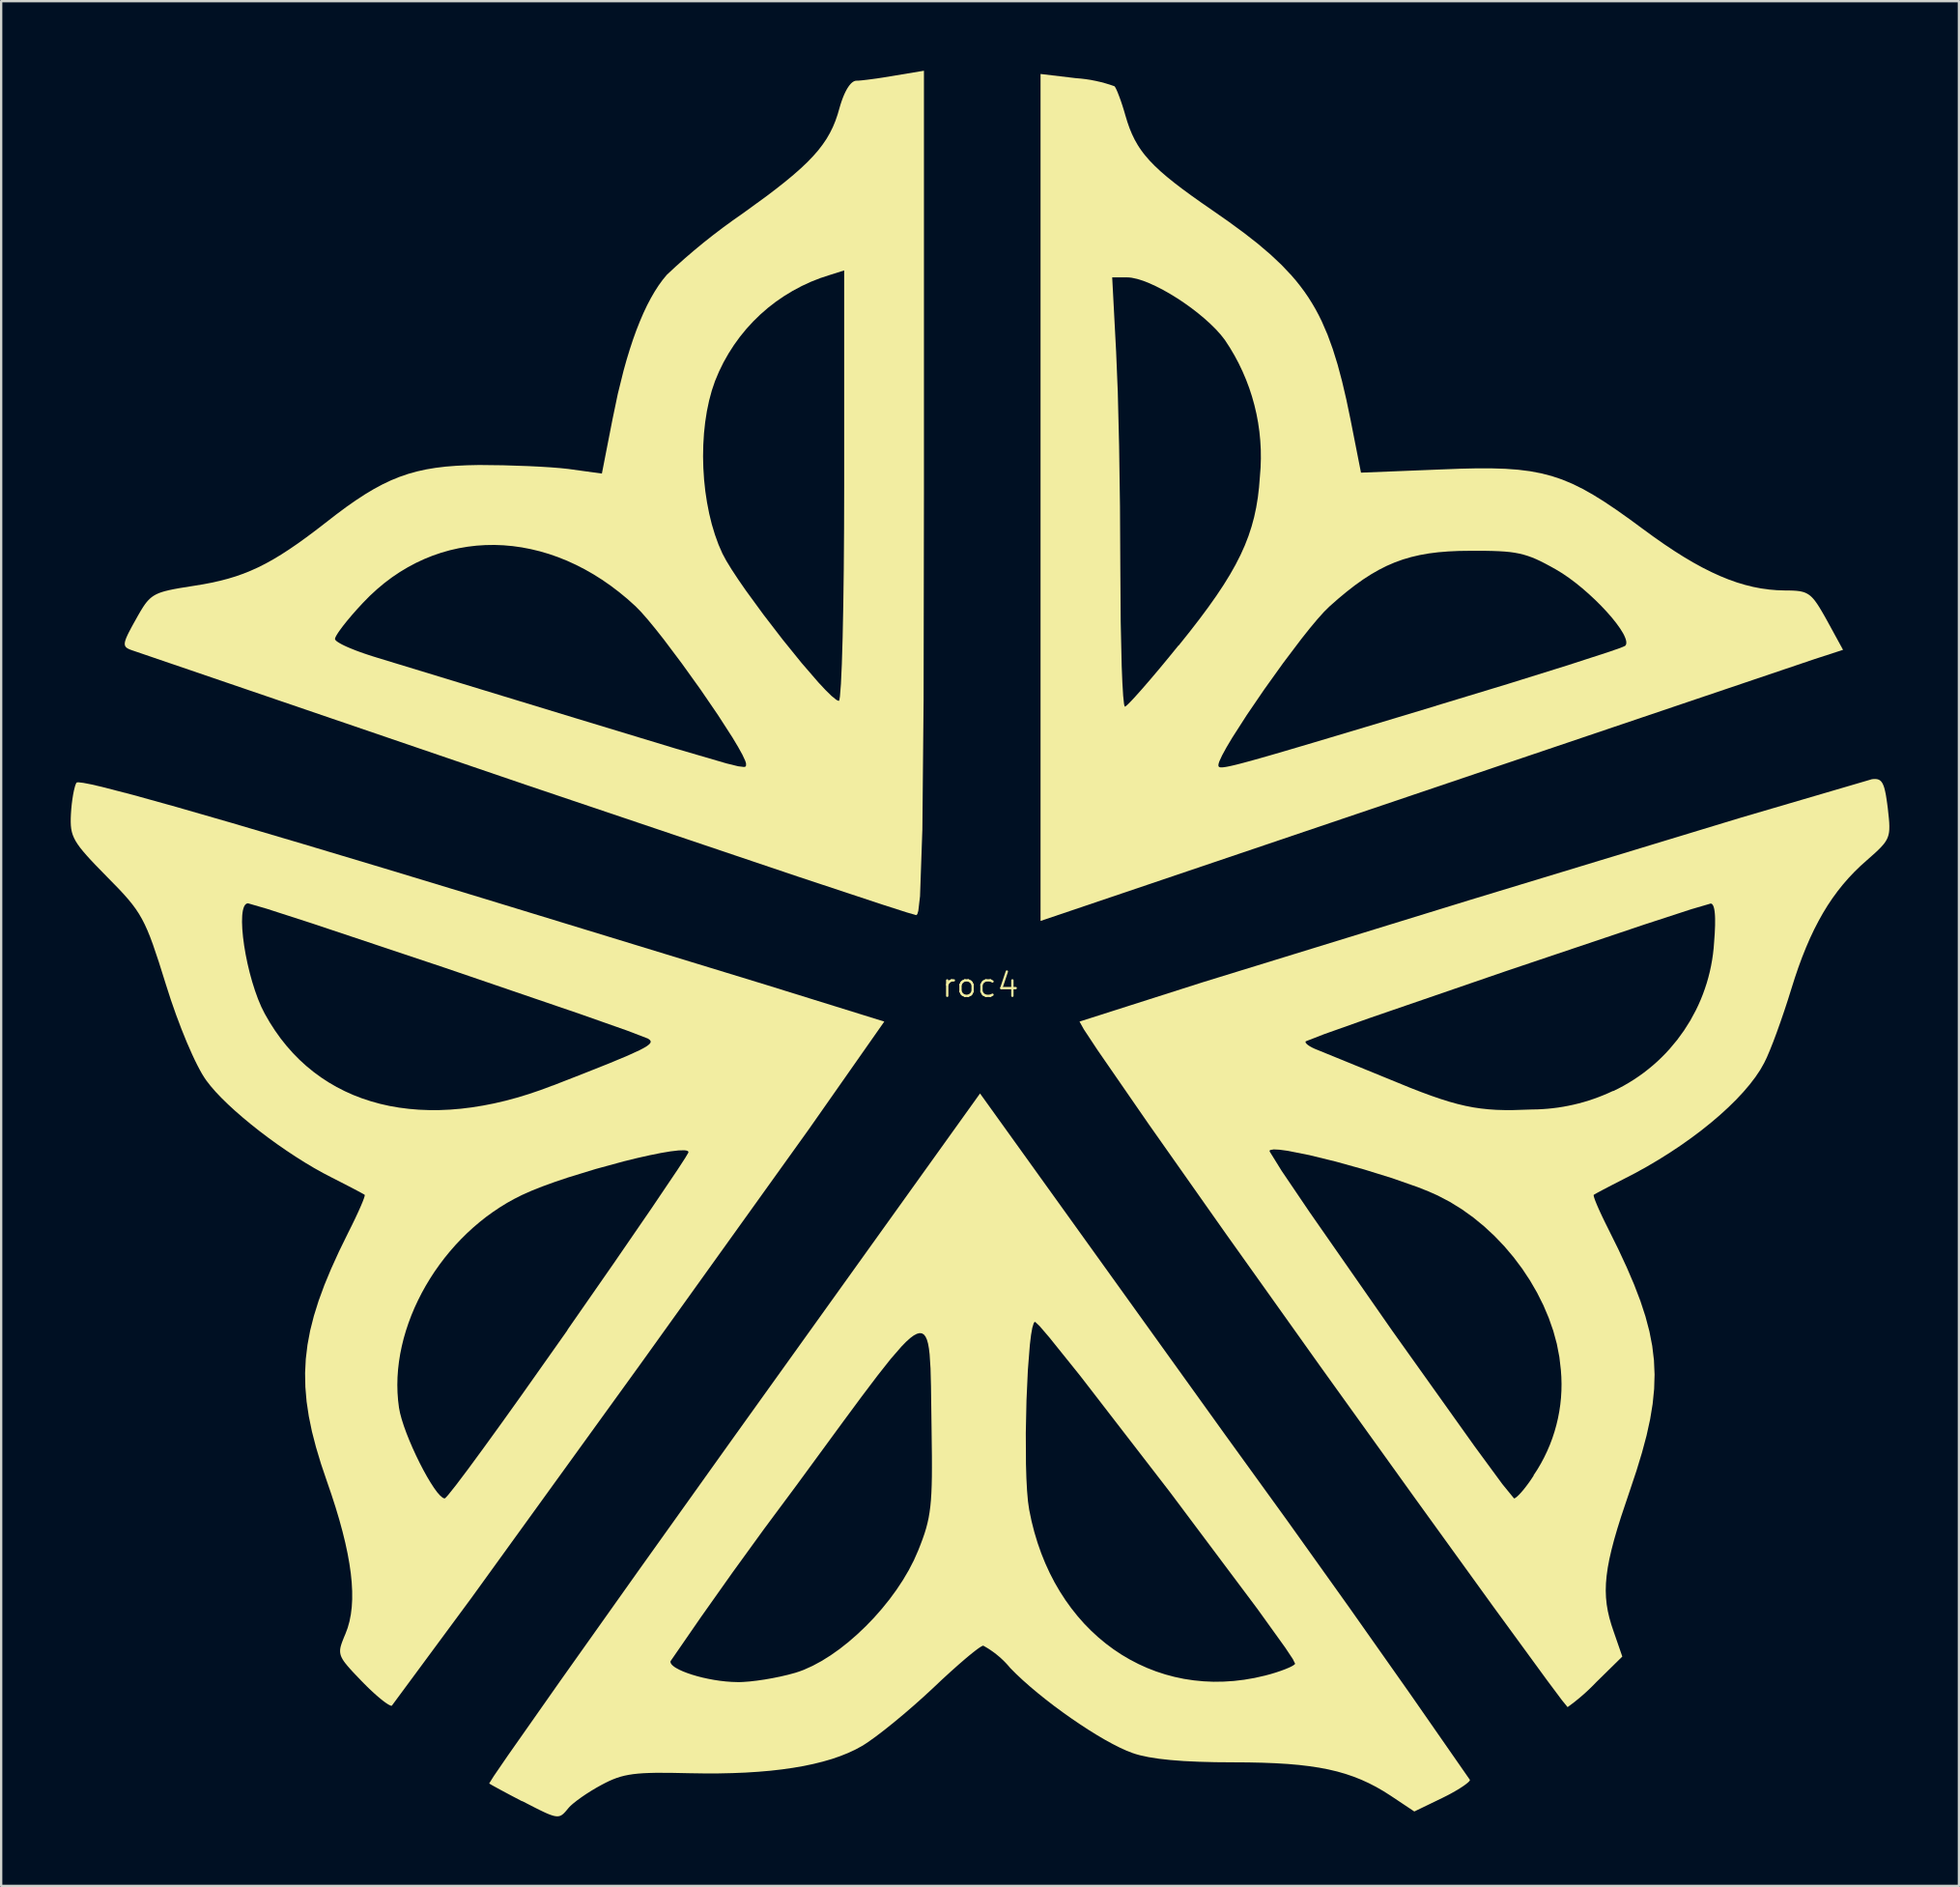
<source format=kicad_pcb>
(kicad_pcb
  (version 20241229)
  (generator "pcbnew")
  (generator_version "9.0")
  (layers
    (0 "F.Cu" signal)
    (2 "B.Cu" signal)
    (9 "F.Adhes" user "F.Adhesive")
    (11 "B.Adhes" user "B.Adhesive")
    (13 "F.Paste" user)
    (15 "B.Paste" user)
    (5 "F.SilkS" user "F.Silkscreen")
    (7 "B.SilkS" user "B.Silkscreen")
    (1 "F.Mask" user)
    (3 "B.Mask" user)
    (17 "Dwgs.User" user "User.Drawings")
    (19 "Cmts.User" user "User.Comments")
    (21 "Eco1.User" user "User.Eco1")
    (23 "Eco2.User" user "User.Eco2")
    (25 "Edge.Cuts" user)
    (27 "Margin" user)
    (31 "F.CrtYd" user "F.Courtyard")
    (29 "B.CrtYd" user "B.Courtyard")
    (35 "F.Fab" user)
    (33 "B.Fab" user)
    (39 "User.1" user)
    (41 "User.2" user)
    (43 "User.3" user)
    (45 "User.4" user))
  (footprint "roc4"
    (layer "F.Cu")
    (at 39.231 39.931)
    (property "Reference" "roc4" (at 0 -0.5 0) (layer "F.SilkS") (effects (font (size 1 1) (thickness 0.1))))
    (attr exclude_from_pos_files exclude_from_bom)
    (fp_poly (pts (xy 4.116 -39.611) (xy 4.33 -39.593) (xy 4.542 -39.568) (xy 4.754 -39.536) (xy 4.964 -39.495) (xy 5.172 -39.448) (xy 5.379 -39.393) (xy 5.584 -39.331) (xy 5.786 -39.261) (xy 5.805 -39.237) (xy 5.825 -39.203) (xy 5.849 -39.159) (xy 5.874 -39.106) (xy 5.901 -39.045) (xy 5.93 -38.976) (xy 5.991 -38.818) (xy 6.057 -38.637) (xy 6.124 -38.437) (xy 6.191 -38.223) (xy 6.256 -38.001) (xy 6.342 -37.718) (xy 6.435 -37.452) (xy 6.539 -37.2) (xy 6.655 -36.96) (xy 6.787 -36.728) (xy 6.86 -36.614) (xy 6.937 -36.502) (xy 7.02 -36.39) (xy 7.108 -36.278) (xy 7.301 -36.055) (xy 7.521 -35.828) (xy 7.769 -35.596) (xy 8.048 -35.355) (xy 8.36 -35.103) (xy 8.709 -34.836) (xy 9.096 -34.552) (xy 9.524 -34.248) (xy 9.996 -33.921) (xy 10.722 -33.414) (xy 11.379 -32.932) (xy 11.973 -32.467) (xy 12.507 -32.012) (xy 12.987 -31.561) (xy 13.416 -31.107) (xy 13.614 -30.877) (xy 13.8 -30.643) (xy 13.977 -30.405) (xy 14.144 -30.162) (xy 14.301 -29.913) (xy 14.451 -29.657) (xy 14.592 -29.394) (xy 14.726 -29.122) (xy 14.974 -28.549) (xy 15.199 -27.932) (xy 15.407 -27.263) (xy 15.601 -26.536) (xy 15.786 -25.745) (xy 15.966 -24.881) (xy 16.416 -22.601) (xy 19.916 -22.741) (xy 20.699 -22.771) (xy 21.41 -22.787) (xy 22.057 -22.786) (xy 22.65 -22.767) (xy 23.197 -22.727) (xy 23.706 -22.663) (xy 24.185 -22.572) (xy 24.644 -22.454) (xy 25.09 -22.304) (xy 25.532 -22.12) (xy 25.979 -21.9) (xy 26.438 -21.641) (xy 26.919 -21.342) (xy 27.43 -20.999) (xy 27.98 -20.609) (xy 28.576 -20.171) (xy 29.042 -19.832) (xy 29.49 -19.518) (xy 29.923 -19.229) (xy 30.342 -18.965) (xy 30.748 -18.725) (xy 31.142 -18.509) (xy 31.526 -18.316) (xy 31.9 -18.145) (xy 32.266 -17.996) (xy 32.625 -17.868) (xy 32.978 -17.762) (xy 33.328 -17.675) (xy 33.674 -17.608) (xy 34.018 -17.561) (xy 34.362 -17.532) (xy 34.706 -17.521) (xy 34.888 -17.52) (xy 35.051 -17.515) (xy 35.197 -17.506) (xy 35.327 -17.49) (xy 35.388 -17.479) (xy 35.445 -17.466) (xy 35.499 -17.451) (xy 35.551 -17.433) (xy 35.601 -17.412) (xy 35.649 -17.388) (xy 35.696 -17.361) (xy 35.741 -17.331) (xy 35.785 -17.298) (xy 35.828 -17.26) (xy 35.871 -17.219) (xy 35.913 -17.174) (xy 35.956 -17.124) (xy 35.999 -17.07) (xy 36.087 -16.947) (xy 36.179 -16.805) (xy 36.278 -16.641) (xy 36.387 -16.453) (xy 36.506 -16.241) (xy 37.206 -14.961) (xy 35.976 -14.561) (xy 18.676 -8.711) (xy 2.596 -3.271) (xy 2.596 -9.991) (xy 10.266 -9.991) (xy 10.267 -9.979) (xy 10.267 -9.968) (xy 10.269 -9.957) (xy 10.272 -9.947) (xy 10.275 -9.938) (xy 10.28 -9.929) (xy 10.287 -9.921) (xy 10.296 -9.914) (xy 10.306 -9.908) (xy 10.319 -9.903) (xy 10.334 -9.898) (xy 10.351 -9.895) (xy 10.372 -9.893) (xy 10.395 -9.893) (xy 10.421 -9.893) (xy 10.451 -9.895) (xy 10.484 -9.898) (xy 10.521 -9.903) (xy 10.562 -9.908) (xy 10.608 -9.916) (xy 10.657 -9.925) (xy 10.711 -9.936) (xy 10.77 -9.948) (xy 10.833 -9.962) (xy 10.902 -9.978) (xy 10.976 -9.995) (xy 11.141 -10.036) (xy 11.329 -10.085) (xy 11.543 -10.143) (xy 11.783 -10.209) (xy 12.051 -10.284) (xy 12.35 -10.369) (xy 12.68 -10.464) (xy 13.043 -10.57) (xy 13.44 -10.687) (xy 13.874 -10.815) (xy 14.346 -10.955) (xy 15.408 -11.272) (xy 16.641 -11.641) (xy 18.056 -12.066) (xy 19.666 -12.551) (xy 19.656 -12.551) (xy 22.758 -13.493) (xy 25.329 -14.295) (xy 27.101 -14.87) (xy 27.603 -15.045) (xy 27.806 -15.131) (xy 27.837 -15.17) (xy 27.855 -15.218) (xy 27.86 -15.276) (xy 27.853 -15.342) (xy 27.835 -15.416) (xy 27.805 -15.497) (xy 27.766 -15.586) (xy 27.716 -15.681) (xy 27.588 -15.887) (xy 27.426 -16.112) (xy 27.234 -16.352) (xy 27.016 -16.601) (xy 26.776 -16.856) (xy 26.518 -17.113) (xy 26.246 -17.366) (xy 25.964 -17.612) (xy 25.676 -17.846) (xy 25.386 -18.063) (xy 25.098 -18.26) (xy 24.816 -18.431) (xy 24.581 -18.562) (xy 24.364 -18.678) (xy 24.162 -18.781) (xy 23.971 -18.87) (xy 23.786 -18.947) (xy 23.605 -19.012) (xy 23.423 -19.067) (xy 23.236 -19.112) (xy 23.041 -19.149) (xy 22.833 -19.178) (xy 22.61 -19.199) (xy 22.366 -19.214) (xy 22.099 -19.224) (xy 21.804 -19.23) (xy 21.116 -19.231) (xy 20.636 -19.225) (xy 20.182 -19.204) (xy 19.753 -19.169) (xy 19.345 -19.118) (xy 18.956 -19.049) (xy 18.582 -18.962) (xy 18.22 -18.856) (xy 17.869 -18.729) (xy 17.524 -18.58) (xy 17.183 -18.408) (xy 16.843 -18.212) (xy 16.501 -17.991) (xy 16.154 -17.743) (xy 15.8 -17.468) (xy 15.435 -17.165) (xy 15.056 -16.831) (xy 14.821 -16.599) (xy 14.535 -16.28) (xy 14.206 -15.886) (xy 13.844 -15.431) (xy 13.057 -14.389) (xy 12.249 -13.261) (xy 11.492 -12.152) (xy 10.86 -11.167) (xy 10.614 -10.754) (xy 10.427 -10.412) (xy 10.308 -10.153) (xy 10.277 -10.059) (xy 10.266 -9.991) (xy 2.596 -9.991) (xy 2.596 -31.021) (xy 5.686 -31.021) (xy 5.856 -27.801) (xy 5.927 -26.076) (xy 5.984 -23.756) (xy 6.022 -21.144) (xy 6.036 -18.541) (xy 6.052 -16.197) (xy 6.095 -14.277) (xy 6.125 -13.539) (xy 6.159 -12.982) (xy 6.196 -12.631) (xy 6.216 -12.541) (xy 6.236 -12.511) (xy 6.249 -12.516) (xy 6.266 -12.527) (xy 6.317 -12.569) (xy 6.387 -12.635) (xy 6.476 -12.725) (xy 6.583 -12.838) (xy 6.705 -12.971) (xy 6.994 -13.295) (xy 7.332 -13.686) (xy 7.71 -14.133) (xy 8.118 -14.625) (xy 8.546 -15.151) (xy 8.556 -15.151) (xy 9.022 -15.734) (xy 9.447 -16.283) (xy 9.831 -16.8) (xy 10.178 -17.29) (xy 10.488 -17.756) (xy 10.764 -18.203) (xy 11.008 -18.635) (xy 11.221 -19.054) (xy 11.406 -19.465) (xy 11.564 -19.871) (xy 11.697 -20.277) (xy 11.808 -20.686) (xy 11.897 -21.102) (xy 11.967 -21.529) (xy 12.019 -21.971) (xy 12.056 -22.431) (xy 12.086 -22.821) (xy 12.098 -23.211) (xy 12.094 -23.599) (xy 12.072 -23.986) (xy 12.034 -24.371) (xy 11.979 -24.754) (xy 11.908 -25.133) (xy 11.82 -25.509) (xy 11.716 -25.881) (xy 11.596 -26.248) (xy 11.46 -26.609) (xy 11.308 -26.965) (xy 11.141 -27.315) (xy 10.958 -27.658) (xy 10.76 -27.993) (xy 10.546 -28.321) (xy 10.367 -28.549) (xy 10.157 -28.782) (xy 9.92 -29.016) (xy 9.662 -29.249) (xy 9.385 -29.479) (xy 9.095 -29.703) (xy 8.795 -29.917) (xy 8.489 -30.121) (xy 8.181 -30.31) (xy 7.876 -30.483) (xy 7.577 -30.636) (xy 7.289 -30.768) (xy 7.016 -30.875) (xy 6.762 -30.954) (xy 6.531 -31.004) (xy 6.425 -31.017) (xy 6.326 -31.021) (xy 5.686 -31.021) (xy 2.596 -31.021) (xy 2.596 -39.791)) (stroke (width -0.000001) (type solid)) (fill yes) (layer "F.SilkS"))
    (fp_poly (pts (xy -2.433 -21.721) (xy -2.448 -12.801) (xy -2.501 -7.218) (xy -2.602 -4.336) (xy -2.675 -3.71) (xy -2.717 -3.566) (xy -2.763 -3.521) (xy -3.167 -3.637) (xy -4.196 -3.967) (xy -7.853 -5.178) (xy -19.633 -9.151) (xy -19.633 -9.151) (xy -36.613 -14.951) (xy -36.651 -14.965) (xy -36.686 -14.979) (xy -36.719 -14.993) (xy -36.749 -15.008) (xy -36.777 -15.023) (xy -36.802 -15.039) (xy -36.824 -15.055) (xy -36.843 -15.073) (xy -36.86 -15.092) (xy -36.874 -15.112) (xy -36.885 -15.134) (xy -36.893 -15.158) (xy -36.898 -15.184) (xy -36.901 -15.211) (xy -36.9 -15.241) (xy -36.897 -15.274) (xy -36.89 -15.309) (xy -36.881 -15.347) (xy -36.868 -15.388) (xy -36.853 -15.431) (xy -27.833 -15.431) (xy -27.831 -15.417) (xy -27.824 -15.401) (xy -27.812 -15.384) (xy -27.797 -15.366) (xy -27.777 -15.347) (xy -27.753 -15.327) (xy -27.693 -15.285) (xy -27.617 -15.24) (xy -27.528 -15.191) (xy -27.425 -15.14) (xy -27.309 -15.087) (xy -27.182 -15.033) (xy -27.044 -14.977) (xy -26.897 -14.919) (xy -26.74 -14.862) (xy -26.576 -14.804) (xy -26.404 -14.746) (xy -26.226 -14.688) (xy -26.043 -14.631) (xy -17.383 -11.991) (xy -13.111 -10.695) (xy -10.957 -10.066) (xy -10.448 -9.941) (xy -10.196 -9.91) (xy -10.138 -9.922) (xy -10.111 -9.948) (xy -10.103 -10.031) (xy -10.114 -10.096) (xy -10.145 -10.187) (xy -10.262 -10.439) (xy -10.448 -10.774) (xy -10.691 -11.18) (xy -11.317 -12.151) (xy -12.068 -13.249) (xy -12.872 -14.37) (xy -13.655 -15.412) (xy -14.017 -15.87) (xy -14.347 -16.27) (xy -14.635 -16.598) (xy -14.873 -16.841) (xy -15.224 -17.157) (xy -15.582 -17.452) (xy -15.945 -17.727) (xy -16.314 -17.983) (xy -16.687 -18.218) (xy -17.064 -18.433) (xy -17.446 -18.628) (xy -17.83 -18.804) (xy -18.217 -18.959) (xy -18.606 -19.094) (xy -18.997 -19.209) (xy -19.389 -19.304) (xy -19.781 -19.379) (xy -20.173 -19.434) (xy -20.565 -19.469) (xy -20.956 -19.484) (xy -21.345 -19.478) (xy -21.732 -19.453) (xy -22.116 -19.407) (xy -22.497 -19.342) (xy -22.875 -19.256) (xy -23.248 -19.15) (xy -23.617 -19.024) (xy -23.98 -18.877) (xy -24.337 -18.711) (xy -24.689 -18.524) (xy -25.033 -18.318) (xy -25.37 -18.091) (xy -25.699 -17.844) (xy -26.019 -17.576) (xy -26.331 -17.289) (xy -26.633 -16.981) (xy -26.874 -16.72) (xy -27.099 -16.465) (xy -27.303 -16.223) (xy -27.481 -16) (xy -27.627 -15.803) (xy -27.688 -15.716) (xy -27.738 -15.638) (xy -27.779 -15.57) (xy -27.809 -15.512) (xy -27.827 -15.466) (xy -27.833 -15.431) (xy -36.853 -15.431) (xy -36.853 -15.432) (xy -36.835 -15.479) (xy -36.813 -15.53) (xy -36.788 -15.585) (xy -36.761 -15.643) (xy -36.73 -15.706) (xy -36.695 -15.772) (xy -36.618 -15.919) (xy -36.527 -16.085) (xy -36.423 -16.271) (xy -36.311 -16.471) (xy -36.209 -16.646) (xy -36.113 -16.801) (xy -36.067 -16.87) (xy -36.021 -16.935) (xy -35.975 -16.996) (xy -35.928 -17.052) (xy -35.881 -17.104) (xy -35.832 -17.153) (xy -35.782 -17.198) (xy -35.729 -17.24) (xy -35.674 -17.279) (xy -35.615 -17.315) (xy -35.554 -17.349) (xy -35.488 -17.38) (xy -35.418 -17.41) (xy -35.343 -17.437) (xy -35.263 -17.463) (xy -35.178 -17.488) (xy -34.989 -17.535) (xy -34.772 -17.58) (xy -34.524 -17.625) (xy -33.923 -17.721) (xy -33.525 -17.786) (xy -33.149 -17.858) (xy -32.789 -17.939) (xy -32.444 -18.029) (xy -32.109 -18.131) (xy -31.783 -18.246) (xy -31.461 -18.376) (xy -31.14 -18.521) (xy -30.818 -18.684) (xy -30.492 -18.865) (xy -30.157 -19.067) (xy -29.811 -19.291) (xy -29.451 -19.537) (xy -29.073 -19.809) (xy -28.675 -20.106) (xy -28.253 -20.431) (xy -27.793 -20.788) (xy -27.358 -21.112) (xy -26.944 -21.402) (xy -26.548 -21.661) (xy -26.164 -21.891) (xy -25.789 -22.093) (xy -25.419 -22.269) (xy -25.049 -22.42) (xy -24.676 -22.548) (xy -24.295 -22.654) (xy -23.902 -22.741) (xy -23.493 -22.809) (xy -23.064 -22.861) (xy -22.61 -22.897) (xy -22.128 -22.92) (xy -21.613 -22.931) (xy -20.579 -22.919) (xy -19.509 -22.884) (xy -19.001 -22.859) (xy -18.532 -22.83) (xy -18.117 -22.797) (xy -17.773 -22.761) (xy -16.323 -22.561) (xy -16.178 -23.303) (xy -11.959 -23.303) (xy -11.947 -22.801) (xy -11.915 -22.3) (xy -11.862 -21.803) (xy -11.788 -21.314) (xy -11.695 -20.836) (xy -11.582 -20.374) (xy -11.448 -19.93) (xy -11.296 -19.508) (xy -11.123 -19.111) (xy -10.958 -18.804) (xy -10.728 -18.428) (xy -10.442 -17.994) (xy -10.111 -17.516) (xy -9.35 -16.474) (xy -8.523 -15.4) (xy -7.708 -14.393) (xy -6.981 -13.552) (xy -6.675 -13.225) (xy -6.42 -12.975) (xy -6.226 -12.817) (xy -6.155 -12.775) (xy -6.103 -12.761) (xy -6.091 -12.773) (xy -6.079 -12.809) (xy -6.056 -12.951) (xy -6.013 -13.494) (xy -5.974 -14.353) (xy -5.94 -15.489) (xy -5.912 -16.864) (xy -5.891 -18.44) (xy -5.878 -20.178) (xy -5.873 -22.041) (xy -5.873 -31.321) (xy -6.473 -31.131) (xy -6.895 -30.993) (xy -7.306 -30.832) (xy -7.704 -30.648) (xy -8.09 -30.442) (xy -8.462 -30.216) (xy -8.821 -29.97) (xy -9.164 -29.704) (xy -9.491 -29.419) (xy -9.801 -29.116) (xy -10.094 -28.796) (xy -10.369 -28.459) (xy -10.625 -28.106) (xy -10.861 -27.738) (xy -11.077 -27.356) (xy -11.271 -26.96) (xy -11.443 -26.551) (xy -11.582 -26.141) (xy -11.699 -25.706) (xy -11.794 -25.252) (xy -11.867 -24.781) (xy -11.919 -24.297) (xy -11.949 -23.803) (xy -11.959 -23.303) (xy -16.178 -23.303) (xy -15.863 -24.911) (xy -15.636 -25.998) (xy -15.388 -26.999) (xy -15.257 -27.468) (xy -15.121 -27.914) (xy -14.981 -28.339) (xy -14.836 -28.741) (xy -14.686 -29.121) (xy -14.533 -29.478) (xy -14.375 -29.812) (xy -14.212 -30.123) (xy -14.046 -30.41) (xy -13.876 -30.674) (xy -13.701 -30.915) (xy -13.523 -31.131) (xy -13.137 -31.49) (xy -12.743 -31.842) (xy -12.343 -32.185) (xy -11.936 -32.521) (xy -11.522 -32.848) (xy -11.102 -33.167) (xy -10.676 -33.478) (xy -10.243 -33.781) (xy -9.234 -34.514) (xy -8.799 -34.845) (xy -8.406 -35.156) (xy -8.054 -35.448) (xy -7.738 -35.727) (xy -7.458 -35.993) (xy -7.21 -36.251) (xy -6.991 -36.502) (xy -6.8 -36.751) (xy -6.632 -36.998) (xy -6.487 -37.249) (xy -6.361 -37.504) (xy -6.252 -37.768) (xy -6.157 -38.042) (xy -6.073 -38.331) (xy -6.035 -38.461) (xy -5.995 -38.585) (xy -5.954 -38.702) (xy -5.912 -38.812) (xy -5.868 -38.915) (xy -5.824 -39.01) (xy -5.778 -39.098) (xy -5.732 -39.178) (xy -5.685 -39.25) (xy -5.638 -39.313) (xy -5.591 -39.368) (xy -5.543 -39.414) (xy -5.496 -39.45) (xy -5.448 -39.477) (xy -5.401 -39.494) (xy -5.377 -39.499) (xy -5.353 -39.501) (xy -5.247 -39.505) (xy -5.098 -39.518) (xy -4.913 -39.539) (xy -4.7 -39.566) (xy -4.464 -39.598) (xy -4.213 -39.636) (xy -3.954 -39.677) (xy -3.693 -39.721) (xy -2.433 -39.931)) (stroke (width -0.000001) (type solid)) (fill yes) (layer "F.SilkS"))
    (fp_poly (pts (xy -38.689 -9.225) (xy -38.352 -9.16) (xy -37.885 -9.052) (xy -36.558 -8.709) (xy -34.689 -8.19) (xy -32.264 -7.491) (xy -29.267 -6.606) (xy -25.682 -5.531) (xy -21.493 -4.261) (xy -9.256 -0.52) (xy -4.143 1.068) (xy -7.399 5.713) (xy -14.654 15.829) (xy -21.965 25.94) (xy -25.383 30.568) (xy -25.396 30.569) (xy -25.411 30.568) (xy -25.429 30.564) (xy -25.449 30.556) (xy -25.496 30.534) (xy -25.552 30.502) (xy -25.617 30.46) (xy -25.689 30.409) (xy -25.768 30.35) (xy -25.853 30.282) (xy -25.944 30.206) (xy -26.04 30.124) (xy -26.14 30.035) (xy -26.244 29.939) (xy -26.351 29.839) (xy -26.46 29.733) (xy -26.571 29.622) (xy -26.683 29.508) (xy -26.683 29.508) (xy -27.039 29.136) (xy -27.181 28.981) (xy -27.301 28.843) (xy -27.4 28.72) (xy -27.442 28.663) (xy -27.479 28.608) (xy -27.511 28.555) (xy -27.539 28.504) (xy -27.562 28.454) (xy -27.581 28.406) (xy -27.595 28.357) (xy -27.605 28.31) (xy -27.611 28.262) (xy -27.613 28.214) (xy -27.612 28.165) (xy -27.607 28.114) (xy -27.598 28.063) (xy -27.586 28.009) (xy -27.552 27.895) (xy -27.506 27.768) (xy -27.45 27.627) (xy -27.383 27.468) (xy -27.286 27.208) (xy -27.208 26.929) (xy -27.15 26.632) (xy -27.111 26.316) (xy -27.092 25.981) (xy -27.093 25.625) (xy -27.113 25.249) (xy -27.153 24.853) (xy -27.213 24.436) (xy -27.292 23.997) (xy -27.391 23.536) (xy -27.51 23.052) (xy -27.648 22.547) (xy -27.807 22.017) (xy -27.985 21.465) (xy -28.183 20.888) (xy -28.437 20.137) (xy -28.652 19.423) (xy -28.828 18.742) (xy -28.963 18.087) (xy -29.058 17.453) (xy -29.111 16.834) (xy -29.113 16.734) (xy -25.145 16.734) (xy -25.137 17.065) (xy -25.113 17.393) (xy -25.073 17.718) (xy -25.027 17.952) (xy -24.956 18.216) (xy -24.863 18.506) (xy -24.751 18.814) (xy -24.623 19.135) (xy -24.483 19.461) (xy -24.334 19.786) (xy -24.178 20.104) (xy -24.02 20.409) (xy -23.862 20.694) (xy -23.707 20.953) (xy -23.56 21.179) (xy -23.423 21.366) (xy -23.298 21.507) (xy -23.191 21.597) (xy -23.144 21.62) (xy -23.103 21.628) (xy -23.084 21.619) (xy -23.053 21.59) (xy -22.953 21.48) (xy -22.614 21.055) (xy -22.107 20.383) (xy -21.454 19.494) (xy -20.676 18.419) (xy -19.794 17.186) (xy -17.803 14.368) (xy -17.813 14.368) (xy -15.828 11.515) (xy -14.183 9.122) (xy -13.049 7.44) (xy -12.726 6.943) (xy -12.593 6.718) (xy -12.592 6.678) (xy -12.623 6.648) (xy -12.682 6.628) (xy -12.769 6.617) (xy -13.019 6.624) (xy -13.361 6.664) (xy -13.78 6.734) (xy -14.264 6.832) (xy -14.799 6.952) (xy -15.373 7.093) (xy -16.584 7.423) (xy -17.791 7.793) (xy -18.36 7.985) (xy -18.889 8.177) (xy -19.364 8.366) (xy -19.773 8.548) (xy -20.095 8.71) (xy -20.41 8.885) (xy -20.718 9.074) (xy -21.018 9.275) (xy -21.311 9.487) (xy -21.595 9.712) (xy -21.871 9.947) (xy -22.138 10.192) (xy -22.396 10.447) (xy -22.645 10.711) (xy -22.883 10.984) (xy -23.112 11.265) (xy -23.33 11.554) (xy -23.538 11.849) (xy -23.734 12.151) (xy -23.919 12.458) (xy -24.093 12.771) (xy -24.254 13.089) (xy -24.403 13.41) (xy -24.54 13.736) (xy -24.663 14.064) (xy -24.773 14.395) (xy -24.87 14.728) (xy -24.952 15.062) (xy -25.021 15.397) (xy -25.074 15.732) (xy -25.113 16.067) (xy -25.137 16.401) (xy -25.145 16.734) (xy -29.113 16.734) (xy -29.123 16.224) (xy -29.093 15.617) (xy -29.02 15.008) (xy -28.904 14.39) (xy -28.744 13.759) (xy -28.54 13.107) (xy -28.292 12.431) (xy -27.998 11.722) (xy -27.659 10.977) (xy -27.273 10.188) (xy -27.114 9.87) (xy -26.969 9.571) (xy -26.841 9.297) (xy -26.733 9.056) (xy -26.647 8.853) (xy -26.587 8.695) (xy -26.554 8.588) (xy -26.55 8.556) (xy -26.553 8.538) (xy -26.569 8.528) (xy -26.598 8.51) (xy -26.692 8.458) (xy -26.829 8.384) (xy -27.003 8.292) (xy -27.442 8.064) (xy -27.963 7.798) (xy -28.344 7.6) (xy -28.734 7.382) (xy -29.13 7.146) (xy -29.528 6.895) (xy -29.927 6.631) (xy -30.322 6.358) (xy -30.711 6.076) (xy -31.089 5.79) (xy -31.455 5.5) (xy -31.804 5.211) (xy -32.134 4.924) (xy -32.442 4.641) (xy -32.724 4.366) (xy -32.977 4.101) (xy -33.197 3.847) (xy -33.383 3.608) (xy -33.472 3.477) (xy -33.568 3.322) (xy -33.668 3.143) (xy -33.773 2.943) (xy -33.882 2.724) (xy -33.993 2.486) (xy -34.223 1.963) (xy -34.456 1.388) (xy -34.688 0.773) (xy -34.912 0.133) (xy -35.123 -0.521) (xy -35.428 -1.491) (xy -35.686 -2.256) (xy -35.805 -2.577) (xy -35.922 -2.864) (xy -36.04 -3.124) (xy -36.094 -3.23) (xy -31.843 -3.23) (xy -31.831 -2.921) (xy -31.8 -2.58) (xy -31.752 -2.214) (xy -31.687 -1.83) (xy -31.607 -1.437) (xy -31.512 -1.04) (xy -31.404 -0.648) (xy -31.284 -0.268) (xy -31.154 0.093) (xy -31.013 0.428) (xy -30.863 0.728) (xy -30.648 1.102) (xy -30.418 1.459) (xy -30.175 1.799) (xy -29.918 2.121) (xy -29.648 2.426) (xy -29.365 2.714) (xy -29.069 2.984) (xy -28.761 3.236) (xy -28.441 3.471) (xy -28.109 3.688) (xy -27.765 3.888) (xy -27.411 4.069) (xy -27.046 4.233) (xy -26.67 4.378) (xy -26.284 4.505) (xy -25.888 4.615) (xy -25.483 4.706) (xy -25.068 4.778) (xy -24.644 4.832) (xy -24.211 4.868) (xy -23.77 4.885) (xy -23.321 4.884) (xy -22.865 4.864) (xy -22.4 4.825) (xy -21.929 4.767) (xy -21.451 4.69) (xy -20.966 4.595) (xy -20.474 4.48) (xy -19.977 4.346) (xy -19.475 4.193) (xy -18.966 4.02) (xy -18.453 3.828) (xy -18.443 3.828) (xy -17.067 3.291) (xy -16.007 2.869) (xy -15.227 2.544) (xy -14.694 2.3) (xy -14.51 2.203) (xy -14.374 2.12) (xy -14.283 2.049) (xy -14.232 1.988) (xy -14.216 1.934) (xy -14.233 1.886) (xy -14.276 1.842) (xy -14.343 1.798) (xy -15.245 1.453) (xy -17.245 0.748) (xy -23.061 -1.24) (xy -28.827 -3.167) (xy -30.767 -3.794) (xy -31.583 -4.031) (xy -31.635 -4.022) (xy -31.681 -3.994) (xy -31.721 -3.95) (xy -31.755 -3.888) (xy -31.783 -3.812) (xy -31.806 -3.721) (xy -31.823 -3.616) (xy -31.835 -3.499) (xy -31.843 -3.23) (xy -36.094 -3.23) (xy -36.162 -3.361) (xy -36.291 -3.583) (xy -36.431 -3.795) (xy -36.585 -4.002) (xy -36.756 -4.211) (xy -36.947 -4.428) (xy -37.161 -4.658) (xy -37.673 -5.181) (xy -38.166 -5.687) (xy -38.37 -5.903) (xy -38.546 -6.097) (xy -38.698 -6.273) (xy -38.827 -6.433) (xy -38.934 -6.582) (xy -39.022 -6.721) (xy -39.091 -6.855) (xy -39.145 -6.985) (xy -39.184 -7.115) (xy -39.21 -7.249) (xy -39.225 -7.388) (xy -39.231 -7.536) (xy -39.23 -7.696) (xy -39.223 -7.871) (xy -39.208 -8.09) (xy -39.187 -8.306) (xy -39.16 -8.514) (xy -39.129 -8.709) (xy -39.095 -8.884) (xy -39.058 -9.033) (xy -39.04 -9.096) (xy -39.021 -9.151) (xy -39.002 -9.196) (xy -38.983 -9.231) (xy -38.956 -9.245) (xy -38.898 -9.249)) (stroke (width -0.000001) (type solid)) (fill yes) (layer "F.SilkS"))
    (fp_poly (pts (xy 10.546 18.868) (xy 13.223 22.569) (xy 15.876 26.285) (xy 18.507 30.017) (xy 21.115 33.766) (xy 21.114 33.777) (xy 21.109 33.788) (xy 21.101 33.802) (xy 21.091 33.816) (xy 21.078 33.832) (xy 21.061 33.849) (xy 21.021 33.886) (xy 20.97 33.928) (xy 20.91 33.974) (xy 20.841 34.023) (xy 20.763 34.075) (xy 20.678 34.13) (xy 20.586 34.187) (xy 20.487 34.245) (xy 20.382 34.305) (xy 20.272 34.366) (xy 20.157 34.427) (xy 20.038 34.487) (xy 19.916 34.548) (xy 18.716 35.128) (xy 17.696 34.448) (xy 17.384 34.25) (xy 17.071 34.07) (xy 16.755 33.907) (xy 16.432 33.759) (xy 16.099 33.627) (xy 15.753 33.509) (xy 15.392 33.405) (xy 15.011 33.315) (xy 14.609 33.238) (xy 14.181 33.174) (xy 13.725 33.12) (xy 13.238 33.078) (xy 12.717 33.047) (xy 12.158 33.025) (xy 11.559 33.012) (xy 10.916 33.008) (xy 10.129 33.002) (xy 9.415 32.983) (xy 8.774 32.953) (xy 8.201 32.909) (xy 7.697 32.853) (xy 7.257 32.784) (xy 6.881 32.703) (xy 6.716 32.657) (xy 6.566 32.608) (xy 6.304 32.506) (xy 6.014 32.374) (xy 5.7 32.215) (xy 5.367 32.032) (xy 5.019 31.827) (xy 4.658 31.603) (xy 4.291 31.363) (xy 3.919 31.11) (xy 3.548 30.847) (xy 3.18 30.576) (xy 2.821 30.299) (xy 2.474 30.02) (xy 2.143 29.742) (xy 1.832 29.467) (xy 1.545 29.198) (xy 1.286 28.938) (xy 1.225 28.865) (xy 1.162 28.794) (xy 1.098 28.725) (xy 1.032 28.657) (xy 0.964 28.591) (xy 0.895 28.526) (xy 0.825 28.464) (xy 0.752 28.403) (xy 0.679 28.343) (xy 0.604 28.285) (xy 0.528 28.23) (xy 0.45 28.176) (xy 0.371 28.123) (xy 0.291 28.073) (xy 0.209 28.025) (xy 0.126 27.978) (xy 0.111 27.98) (xy 0.091 27.987) (xy 0.037 28.015) (xy -0.035 28.06) (xy -0.123 28.122) (xy -0.225 28.199) (xy -0.342 28.291) (xy -0.472 28.396) (xy -0.614 28.514) (xy -0.928 28.785) (xy -1.277 29.096) (xy -1.652 29.439) (xy -2.043 29.808) (xy -2.454 30.187) (xy -2.882 30.568) (xy -3.315 30.941) (xy -3.74 31.294) (xy -4.145 31.618) (xy -4.517 31.902) (xy -4.844 32.135) (xy -4.987 32.23) (xy -5.113 32.308) (xy -5.401 32.464) (xy -5.712 32.608) (xy -6.048 32.742) (xy -6.406 32.865) (xy -6.789 32.976) (xy -7.195 33.077) (xy -7.624 33.167) (xy -8.077 33.245) (xy -8.553 33.313) (xy -9.053 33.37) (xy -9.575 33.415) (xy -10.121 33.45) (xy -10.69 33.473) (xy -11.281 33.486) (xy -11.896 33.487) (xy -12.533 33.478) (xy -13.339 33.462) (xy -13.996 33.46) (xy -14.277 33.467) (xy -14.532 33.478) (xy -14.763 33.495) (xy -14.973 33.518) (xy -15.167 33.548) (xy -15.347 33.584) (xy -15.517 33.628) (xy -15.68 33.68) (xy -15.84 33.741) (xy -16 33.81) (xy -16.163 33.889) (xy -16.333 33.978) (xy -16.559 34.103) (xy -16.783 34.237) (xy -16.999 34.374) (xy -17.202 34.512) (xy -17.385 34.645) (xy -17.544 34.77) (xy -17.612 34.828) (xy -17.672 34.882) (xy -17.722 34.932) (xy -17.763 34.978) (xy -17.839 35.069) (xy -17.907 35.148) (xy -17.94 35.182) (xy -17.971 35.214) (xy -18.002 35.241) (xy -18.034 35.266) (xy -18.065 35.287) (xy -18.097 35.304) (xy -18.131 35.318) (xy -18.166 35.328) (xy -18.203 35.334) (xy -18.242 35.337) (xy -18.283 35.335) (xy -18.328 35.33) (xy -18.376 35.321) (xy -18.428 35.308) (xy -18.484 35.291) (xy -18.545 35.27) (xy -18.611 35.245) (xy -18.681 35.216) (xy -18.758 35.182) (xy -18.84 35.144) (xy -19.025 35.055) (xy -19.238 34.948) (xy -19.763 34.678) (xy -19.763 34.688) (xy -20.285 34.414) (xy -20.724 34.179) (xy -21.039 34.006) (xy -21.135 33.95) (xy -21.183 33.918) (xy -20.984 33.6) (xy -20.379 32.717) (xy -18.122 29.503) (xy -17.54 28.682) (xy -13.365 28.682) (xy -13.357 28.718) (xy -13.339 28.753) (xy -13.313 28.79) (xy -13.277 28.827) (xy -13.234 28.864) (xy -13.183 28.902) (xy -13.124 28.939) (xy -12.986 29.014) (xy -12.823 29.088) (xy -12.638 29.16) (xy -12.433 29.229) (xy -12.213 29.294) (xy -11.98 29.354) (xy -11.737 29.407) (xy -11.487 29.454) (xy -11.234 29.492) (xy -10.98 29.521) (xy -10.729 29.54) (xy -10.483 29.548) (xy -10.365 29.548) (xy -10.236 29.543) (xy -9.951 29.522) (xy -9.637 29.486) (xy -9.305 29.438) (xy -8.963 29.378) (xy -8.623 29.309) (xy -8.293 29.232) (xy -7.983 29.148) (xy -7.799 29.088) (xy -7.612 29.018) (xy -7.233 28.847) (xy -6.847 28.639) (xy -6.459 28.396) (xy -6.071 28.122) (xy -5.687 27.819) (xy -5.309 27.49) (xy -4.94 27.139) (xy -4.583 26.769) (xy -4.242 26.381) (xy -3.919 25.981) (xy -3.617 25.569) (xy -3.34 25.15) (xy -3.09 24.727) (xy -2.87 24.302) (xy -2.683 23.878) (xy -2.581 23.62) (xy -2.49 23.378) (xy -2.41 23.148) (xy -2.341 22.923) (xy -2.282 22.698) (xy -2.232 22.469) (xy -2.191 22.229) (xy -2.157 21.973) (xy -2.131 21.696) (xy -2.112 21.393) (xy -2.099 21.058) (xy -2.091 20.686) (xy -2.089 20.271) (xy -2.09 19.809) (xy -2.102 18.803) (xy 1.96 18.803) (xy 1.967 20.144) (xy 1.985 20.751) (xy 2.014 21.294) (xy 2.054 21.756) (xy 2.106 22.118) (xy 2.208 22.608) (xy 2.329 23.085) (xy 2.469 23.548) (xy 2.627 23.997) (xy 2.802 24.431) (xy 2.995 24.851) (xy 3.204 25.255) (xy 3.43 25.643) (xy 3.671 26.015) (xy 3.927 26.371) (xy 4.197 26.709) (xy 4.481 27.031) (xy 4.779 27.335) (xy 5.09 27.621) (xy 5.413 27.889) (xy 5.748 28.138) (xy 6.094 28.368) (xy 6.451 28.578) (xy 6.818 28.769) (xy 7.194 28.939) (xy 7.58 29.089) (xy 7.975 29.218) (xy 8.377 29.325) (xy 8.787 29.411) (xy 9.205 29.474) (xy 9.628 29.515) (xy 10.058 29.534) (xy 10.493 29.528) (xy 10.933 29.5) (xy 11.377 29.447) (xy 11.825 29.37) (xy 12.276 29.268) (xy 12.513 29.205) (xy 12.741 29.136) (xy 12.953 29.065) (xy 13.144 28.994) (xy 13.307 28.926) (xy 13.377 28.893) (xy 13.438 28.862) (xy 13.489 28.832) (xy 13.529 28.805) (xy 13.559 28.78) (xy 13.576 28.758) (xy 13.478 28.558) (xy 13.152 28.067) (xy 11.941 26.382) (xy 8.178 21.358) (xy 4.311 16.349) (xy 2.972 14.683) (xy 2.561 14.204) (xy 2.366 14.018) (xy 2.334 14.026) (xy 2.302 14.071) (xy 2.242 14.265) (xy 2.186 14.581) (xy 2.135 15.003) (xy 2.049 16.096) (xy 1.989 17.408) (xy 1.96 18.803) (xy -2.102 18.803) (xy -2.103 18.718) (xy -2.129 16.783) (xy -2.149 16.027) (xy -2.188 15.418) (xy -2.217 15.17) (xy -2.255 14.959) (xy -2.303 14.788) (xy -2.363 14.656) (xy -2.434 14.564) (xy -2.52 14.512) (xy -2.621 14.501) (xy -2.738 14.531) (xy -2.874 14.603) (xy -3.028 14.717) (xy -3.203 14.875) (xy -3.399 15.076) (xy -3.863 15.61) (xy -4.429 16.325) (xy -5.109 17.224) (xy -5.913 18.311) (xy -7.933 21.068) (xy -9.324 22.94) (xy -10.692 24.827) (xy -12.039 26.73) (xy -13.363 28.648) (xy -13.365 28.682) (xy -17.54 28.682) (xy -14.761 24.766) (xy -10.643 18.998) (xy -0.014 4.168)) (stroke (width -0.000001) (type solid)) (fill yes) (layer "F.SilkS"))
    (fp_poly (pts (xy 38.599 -9.391) (xy 38.633 -9.389) (xy 38.665 -9.385) (xy 38.695 -9.379) (xy 38.724 -9.37) (xy 38.751 -9.359) (xy 38.777 -9.346) (xy 38.802 -9.329) (xy 38.825 -9.31) (xy 38.847 -9.288) (xy 38.868 -9.263) (xy 38.888 -9.234) (xy 38.907 -9.203) (xy 38.925 -9.167) (xy 38.942 -9.128) (xy 38.959 -9.086) (xy 38.975 -9.039) (xy 38.99 -8.989) (xy 39.004 -8.934) (xy 39.018 -8.875) (xy 39.032 -8.812) (xy 39.046 -8.744) (xy 39.059 -8.671) (xy 39.084 -8.512) (xy 39.11 -8.332) (xy 39.136 -8.131) (xy 39.182 -7.702) (xy 39.197 -7.523) (xy 39.203 -7.364) (xy 39.201 -7.221) (xy 39.196 -7.156) (xy 39.189 -7.093) (xy 39.178 -7.033) (xy 39.165 -6.975) (xy 39.148 -6.919) (xy 39.128 -6.865) (xy 39.105 -6.812) (xy 39.078 -6.76) (xy 39.047 -6.708) (xy 39.013 -6.655) (xy 38.974 -6.603) (xy 38.931 -6.55) (xy 38.832 -6.44) (xy 38.714 -6.322) (xy 38.576 -6.193) (xy 38.236 -5.891) (xy 37.961 -5.645) (xy 37.698 -5.39) (xy 37.447 -5.125) (xy 37.206 -4.848) (xy 36.976 -4.56) (xy 36.756 -4.259) (xy 36.545 -3.945) (xy 36.343 -3.615) (xy 36.15 -3.27) (xy 35.963 -2.909) (xy 35.784 -2.53) (xy 35.612 -2.133) (xy 35.445 -1.716) (xy 35.284 -1.279) (xy 35.128 -0.821) (xy 34.976 -0.341) (xy 34.828 0.131) (xy 34.671 0.608) (xy 34.51 1.078) (xy 34.35 1.527) (xy 34.195 1.942) (xy 34.049 2.309) (xy 33.918 2.616) (xy 33.806 2.848) (xy 33.635 3.15) (xy 33.427 3.46) (xy 33.184 3.778) (xy 32.908 4.102) (xy 32.601 4.431) (xy 32.264 4.762) (xy 31.901 5.094) (xy 31.512 5.426) (xy 31.1 5.756) (xy 30.667 6.081) (xy 30.214 6.402) (xy 29.743 6.716) (xy 29.257 7.021) (xy 28.758 7.316) (xy 28.247 7.599) (xy 27.726 7.868) (xy 27.26 8.107) (xy 26.866 8.312) (xy 26.584 8.463) (xy 26.498 8.512) (xy 26.456 8.538) (xy 26.452 8.544) (xy 26.451 8.553) (xy 26.451 8.566) (xy 26.453 8.582) (xy 26.462 8.624) (xy 26.479 8.678) (xy 26.501 8.744) (xy 26.531 8.821) (xy 26.566 8.908) (xy 26.606 9.005) (xy 26.702 9.222) (xy 26.816 9.468) (xy 26.945 9.735) (xy 27.086 10.018) (xy 27.508 10.871) (xy 27.878 11.666) (xy 28.197 12.411) (xy 28.466 13.114) (xy 28.685 13.783) (xy 28.855 14.426) (xy 28.977 15.053) (xy 29.051 15.671) (xy 29.078 16.288) (xy 29.059 16.912) (xy 28.995 17.552) (xy 28.886 18.217) (xy 28.733 18.913) (xy 28.536 19.65) (xy 28.297 20.436) (xy 28.016 21.278) (xy 27.629 22.431) (xy 27.47 22.94) (xy 27.334 23.408) (xy 27.221 23.841) (xy 27.129 24.241) (xy 27.059 24.613) (xy 27.01 24.962) (xy 26.981 25.291) (xy 26.972 25.604) (xy 26.983 25.905) (xy 27.013 26.199) (xy 27.062 26.489) (xy 27.129 26.779) (xy 27.214 27.074) (xy 27.316 27.378) (xy 27.686 28.448) (xy 26.576 29.538) (xy 26.431 29.687) (xy 26.283 29.832) (xy 26.132 29.974) (xy 25.977 30.113) (xy 25.819 30.247) (xy 25.658 30.378) (xy 25.493 30.505) (xy 25.326 30.628) (xy 25.082 30.328) (xy 24.439 29.467) (xy 22.132 26.308) (xy 18.755 21.634) (xy 14.656 15.928) (xy 14.656 15.928) (xy 10.581 10.206) (xy 8.063 6.631) (xy 12.476 6.631) (xy 12.476 6.668) (xy 12.992 7.501) (xy 14.199 9.284) (xy 17.761 14.396) (xy 21.316 19.383) (xy 22.513 21.012) (xy 23.016 21.628) (xy 23.027 21.627) (xy 23.04 21.623) (xy 23.054 21.617) (xy 23.07 21.608) (xy 23.087 21.597) (xy 23.105 21.584) (xy 23.146 21.551) (xy 23.191 21.509) (xy 23.241 21.46) (xy 23.294 21.403) (xy 23.351 21.339) (xy 23.411 21.269) (xy 23.472 21.193) (xy 23.536 21.111) (xy 23.601 21.025) (xy 23.667 20.934) (xy 23.734 20.839) (xy 23.8 20.74) (xy 23.866 20.638) (xy 23.856 20.638) (xy 24.021 20.385) (xy 24.174 20.126) (xy 24.315 19.861) (xy 24.445 19.591) (xy 24.563 19.316) (xy 24.668 19.036) (xy 24.761 18.753) (xy 24.842 18.466) (xy 24.911 18.176) (xy 24.967 17.883) (xy 25.011 17.587) (xy 25.042 17.29) (xy 25.06 16.991) (xy 25.065 16.691) (xy 25.057 16.39) (xy 25.036 16.088) (xy 24.971 15.528) (xy 24.862 14.965) (xy 24.709 14.404) (xy 24.514 13.847) (xy 24.281 13.298) (xy 24.011 12.758) (xy 23.705 12.231) (xy 23.367 11.721) (xy 22.998 11.229) (xy 22.601 10.76) (xy 22.176 10.315) (xy 21.727 9.898) (xy 21.256 9.512) (xy 20.764 9.16) (xy 20.253 8.844) (xy 19.726 8.568) (xy 19.326 8.39) (xy 18.856 8.204) (xy 17.758 7.819) (xy 16.541 7.442) (xy 15.314 7.101) (xy 14.185 6.825) (xy 13.263 6.642) (xy 12.914 6.594) (xy 12.657 6.58) (xy 12.507 6.604) (xy 12.476 6.631) (xy 8.063 6.631) (xy 7.265 5.498) (xy 5.05 2.291) (xy 4.824 1.949) (xy 14.024 1.949) (xy 14.025 1.958) (xy 14.027 1.967) (xy 14.031 1.977) (xy 14.037 1.988) (xy 14.044 1.998) (xy 14.053 2.009) (xy 14.063 2.02) (xy 14.074 2.032) (xy 14.087 2.044) (xy 14.101 2.056) (xy 14.116 2.068) (xy 14.132 2.081) (xy 14.15 2.094) (xy 14.169 2.107) (xy 14.189 2.12) (xy 14.21 2.133) (xy 14.256 2.159) (xy 14.305 2.186) (xy 14.358 2.212) (xy 14.414 2.238) (xy 14.474 2.264) (xy 14.536 2.288) (xy 17.476 3.488) (xy 18.544 3.925) (xy 19.013 4.107) (xy 19.445 4.266) (xy 19.847 4.404) (xy 20.223 4.522) (xy 20.579 4.621) (xy 20.921 4.702) (xy 21.254 4.767) (xy 21.584 4.816) (xy 21.915 4.851) (xy 22.255 4.874) (xy 22.607 4.884) (xy 22.977 4.884) (xy 23.796 4.858) (xy 24.022 4.854) (xy 24.248 4.843) (xy 24.473 4.826) (xy 24.698 4.803) (xy 24.921 4.774) (xy 25.143 4.739) (xy 25.365 4.697) (xy 25.585 4.65) (xy 25.804 4.597) (xy 26.021 4.538) (xy 26.237 4.472) (xy 26.45 4.401) (xy 26.662 4.324) (xy 26.872 4.241) (xy 27.08 4.153) (xy 27.286 4.058) (xy 27.286 4.068) (xy 27.52 3.954) (xy 27.748 3.832) (xy 27.972 3.702) (xy 28.19 3.566) (xy 28.403 3.423) (xy 28.61 3.274) (xy 28.811 3.117) (xy 29.007 2.955) (xy 29.197 2.787) (xy 29.38 2.612) (xy 29.558 2.432) (xy 29.729 2.246) (xy 30.052 1.859) (xy 30.348 1.452) (xy 30.617 1.026) (xy 30.857 0.582) (xy 30.966 0.355) (xy 31.068 0.123) (xy 31.162 -0.112) (xy 31.248 -0.351) (xy 31.327 -0.592) (xy 31.397 -0.837) (xy 31.46 -1.085) (xy 31.514 -1.336) (xy 31.56 -1.589) (xy 31.597 -1.844) (xy 31.626 -2.102) (xy 31.646 -2.361) (xy 31.673 -2.743) (xy 31.687 -3.076) (xy 31.688 -3.361) (xy 31.684 -3.485) (xy 31.676 -3.596) (xy 31.665 -3.695) (xy 31.651 -3.781) (xy 31.633 -3.854) (xy 31.612 -3.914) (xy 31.588 -3.961) (xy 31.561 -3.994) (xy 31.53 -4.015) (xy 31.513 -4.02) (xy 31.496 -4.021) (xy 30.653 -3.774) (xy 28.646 -3.119) (xy 22.702 -1.119) (xy 16.791 0.914) (xy 14.824 1.612) (xy 14.036 1.918) (xy 14.031 1.925) (xy 14.027 1.933) (xy 14.024 1.941) (xy 14.024 1.949) (xy 4.824 1.949) (xy 4.462 1.401) (xy 4.276 1.068) (xy 9.583 -0.625) (xy 21.14 -4.183) (xy 32.807 -7.727) (xy 38.446 -9.381) (xy 38.487 -9.386) (xy 38.526 -9.39) (xy 38.563 -9.391)) (stroke (width -0.000001) (type solid)) (fill yes) (layer "F.SilkS")))
  (gr_rect
    (start -3 -3)
    (end 81.435 78.267)
    (stroke (width 0.1) (type default))
    (fill no)
    (layer "Edge.Cuts")))
</source>
